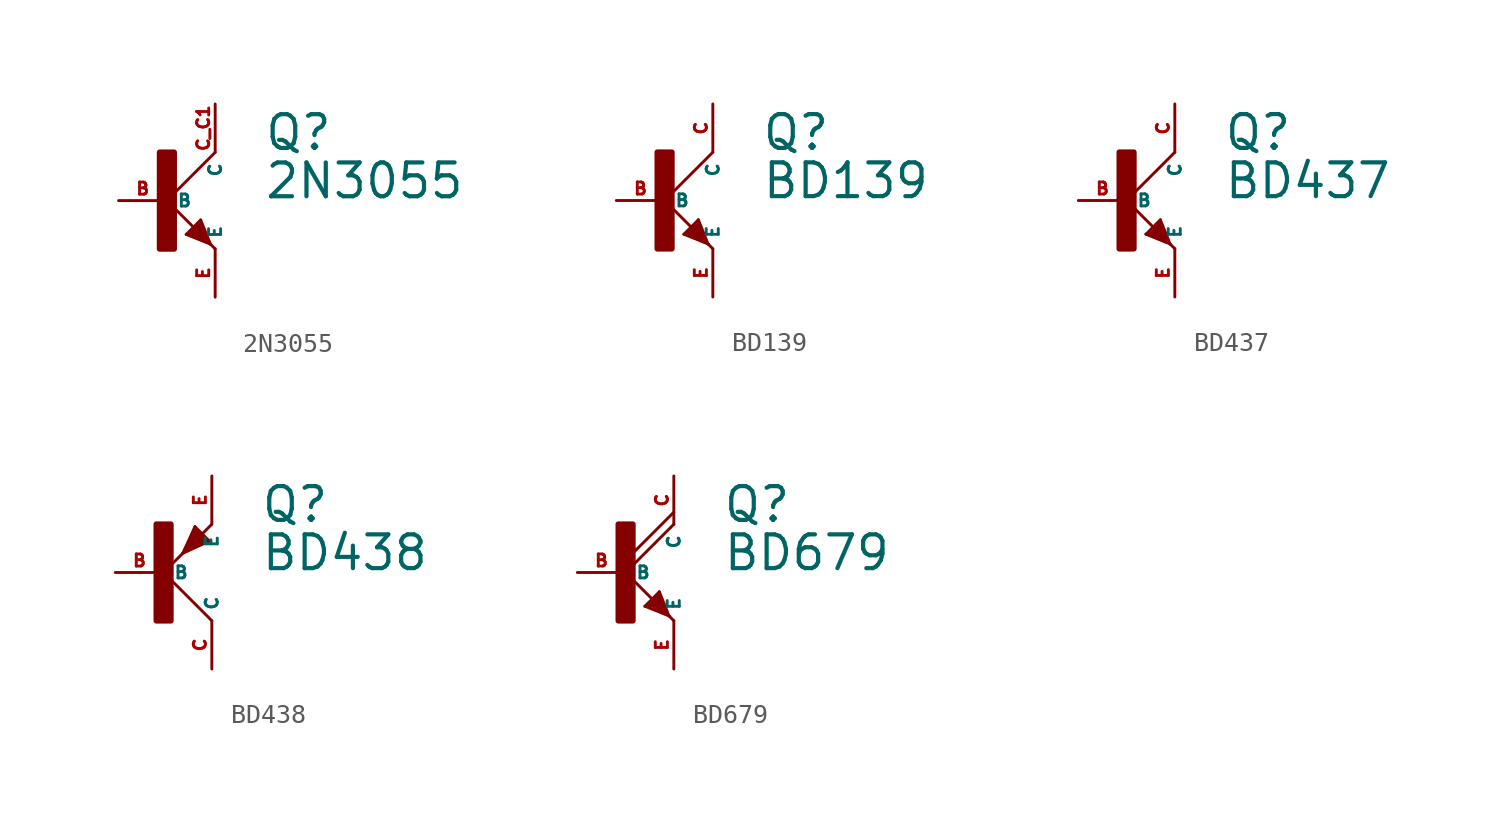
<source format=kicad_sym>
(kicad_symbol_lib
  (version 20220914)
  (generator Eagle2Kicad)
  (symbol "2N3055"
    (property "Reference" "Q"
      (at 5.08 2.54 0)
      (effects (font (size 1.778 1.778) (thickness 0.22)) (justify left bottom)))
    (property "Value" "2N3055"
      (at 5.08 0 0)
      (effects (font (size 1.778 1.778) (thickness 0.22)) (justify left bottom)))
    (polyline
      (pts (xy 2.54 2.54) (xy 0 0))
      (stroke (width 0.152) (type default))
      (fill (type none)))
    (polyline
      (pts (xy 0 0) (xy 1.651 -1.651))
      (stroke (width 0.152) (type default))
      (fill (type none)))
    (polyline
      (pts (xy 2.159 -2.159) (xy 2.286 -2.286))
      (stroke (width 0.152) (type default))
      (fill (type none)))
    (polyline
      (pts (xy 1.778 -1.016) (xy 2.286 -2.286))
      (stroke (width 0.152) (type default))
      (fill (type none)))
    (polyline
      (pts (xy 2.286 -2.286) (xy 2.54 -2.54))
      (stroke (width 0.152) (type default))
      (fill (type none)))
    (polyline
      (pts (xy 2.286 -2.286) (xy 1.016 -1.778))
      (stroke (width 0.152) (type default))
      (fill (type none)))
    (polyline
      (pts (xy 1.016 -1.778) (xy 1.778 -1.016))
      (stroke (width 0.152) (type default))
      (fill (type none)))
    (polyline
      (pts (xy 2.159 -2.159) (xy 1.778 -1.27))
      (stroke (width 0.254) (type default))
      (fill (type none)))
    (polyline
      (pts (xy 1.778 -1.27) (xy 1.27 -1.778))
      (stroke (width 0.254) (type default))
      (fill (type none)))
    (polyline
      (pts (xy 1.27 -1.778) (xy 2.159 -2.159))
      (stroke (width 0.254) (type default))
      (fill (type none)))
    (polyline
      (pts (xy 2.159 -2.159) (xy 1.651 -1.651))
      (stroke (width 0.254) (type default))
      (fill (type none)))
    (polyline
      (pts (xy 1.524 -1.778) (xy 1.778 -1.524))
      (stroke (width 0.254) (type default))
      (fill (type none)))
    (rectangle
      (start -0.381 -2.54)
      (end 0.381 2.54)
      (stroke (width 0.3) (type default))
      (fill (type outline)))
    (pin passive line
      (at -2.54 0 0)
      (length 2.54)
      (name "B" (effects (font (size 0.635 0.635) (thickness 0.08)) (justify left bottom)))
      (number "B" (effects (font (size 0.635 0.635) (thickness 0.08)) (justify left bottom))))
    (pin passive line
      (at 2.54 -5.08 90)
      (length 2.54)
      (name "E" (effects (font (size 0.635 0.635) (thickness 0.08)) (justify left bottom)))
      (number "E" (effects (font (size 0.635 0.635) (thickness 0.08)) (justify left bottom))))
    (pin passive line
      (at 2.54 5.08 270)
      (length 2.54)
      (name "C" (effects (font (size 0.635 0.635) (thickness 0.08)) (justify left bottom)))
      (number "C C1" (effects (font (size 0.635 0.635) (thickness 0.08)) (justify left bottom)))))
  (symbol "BD139"
    (property "Reference" "Q"
      (at 5.08 2.54 0)
      (effects (font (size 1.778 1.778) (thickness 0.22)) (justify left bottom)))
    (property "Value" "BD139"
      (at 5.08 0 0)
      (effects (font (size 1.778 1.778) (thickness 0.22)) (justify left bottom)))
    (polyline
      (pts (xy 2.54 2.54) (xy 0 0))
      (stroke (width 0.152) (type default))
      (fill (type none)))
    (polyline
      (pts (xy 0 0) (xy 1.651 -1.651))
      (stroke (width 0.152) (type default))
      (fill (type none)))
    (polyline
      (pts (xy 2.159 -2.159) (xy 2.286 -2.286))
      (stroke (width 0.152) (type default))
      (fill (type none)))
    (polyline
      (pts (xy 1.778 -1.016) (xy 2.286 -2.286))
      (stroke (width 0.152) (type default))
      (fill (type none)))
    (polyline
      (pts (xy 2.286 -2.286) (xy 2.54 -2.54))
      (stroke (width 0.152) (type default))
      (fill (type none)))
    (polyline
      (pts (xy 2.286 -2.286) (xy 1.016 -1.778))
      (stroke (width 0.152) (type default))
      (fill (type none)))
    (polyline
      (pts (xy 1.016 -1.778) (xy 1.778 -1.016))
      (stroke (width 0.152) (type default))
      (fill (type none)))
    (polyline
      (pts (xy 2.159 -2.159) (xy 1.778 -1.27))
      (stroke (width 0.254) (type default))
      (fill (type none)))
    (polyline
      (pts (xy 1.778 -1.27) (xy 1.27 -1.778))
      (stroke (width 0.254) (type default))
      (fill (type none)))
    (polyline
      (pts (xy 1.27 -1.778) (xy 2.159 -2.159))
      (stroke (width 0.254) (type default))
      (fill (type none)))
    (polyline
      (pts (xy 2.159 -2.159) (xy 1.651 -1.651))
      (stroke (width 0.254) (type default))
      (fill (type none)))
    (polyline
      (pts (xy 1.524 -1.778) (xy 1.778 -1.524))
      (stroke (width 0.254) (type default))
      (fill (type none)))
    (rectangle
      (start -0.381 -2.54)
      (end 0.381 2.54)
      (stroke (width 0.3) (type default))
      (fill (type outline)))
    (pin passive line
      (at -2.54 0 0)
      (length 2.54)
      (name "B" (effects (font (size 0.635 0.635) (thickness 0.08)) (justify left bottom)))
      (number "B" (effects (font (size 0.635 0.635) (thickness 0.08)) (justify left bottom))))
    (pin passive line
      (at 2.54 -5.08 90)
      (length 2.54)
      (name "E" (effects (font (size 0.635 0.635) (thickness 0.08)) (justify left bottom)))
      (number "E" (effects (font (size 0.635 0.635) (thickness 0.08)) (justify left bottom))))
    (pin passive line
      (at 2.54 5.08 270)
      (length 2.54)
      (name "C" (effects (font (size 0.635 0.635) (thickness 0.08)) (justify left bottom)))
      (number "C" (effects (font (size 0.635 0.635) (thickness 0.08)) (justify left bottom)))))
  (symbol "BD437"
    (property "Reference" "Q"
      (at 5.08 2.54 0)
      (effects (font (size 1.778 1.778) (thickness 0.22)) (justify left bottom)))
    (property "Value" "BD437"
      (at 5.08 0 0)
      (effects (font (size 1.778 1.778) (thickness 0.22)) (justify left bottom)))
    (polyline
      (pts (xy 2.54 2.54) (xy 0 0))
      (stroke (width 0.152) (type default))
      (fill (type none)))
    (polyline
      (pts (xy 0 0) (xy 1.651 -1.651))
      (stroke (width 0.152) (type default))
      (fill (type none)))
    (polyline
      (pts (xy 2.159 -2.159) (xy 2.286 -2.286))
      (stroke (width 0.152) (type default))
      (fill (type none)))
    (polyline
      (pts (xy 1.778 -1.016) (xy 2.286 -2.286))
      (stroke (width 0.152) (type default))
      (fill (type none)))
    (polyline
      (pts (xy 2.286 -2.286) (xy 2.54 -2.54))
      (stroke (width 0.152) (type default))
      (fill (type none)))
    (polyline
      (pts (xy 2.286 -2.286) (xy 1.016 -1.778))
      (stroke (width 0.152) (type default))
      (fill (type none)))
    (polyline
      (pts (xy 1.016 -1.778) (xy 1.778 -1.016))
      (stroke (width 0.152) (type default))
      (fill (type none)))
    (polyline
      (pts (xy 2.159 -2.159) (xy 1.778 -1.27))
      (stroke (width 0.254) (type default))
      (fill (type none)))
    (polyline
      (pts (xy 1.778 -1.27) (xy 1.27 -1.778))
      (stroke (width 0.254) (type default))
      (fill (type none)))
    (polyline
      (pts (xy 1.27 -1.778) (xy 2.159 -2.159))
      (stroke (width 0.254) (type default))
      (fill (type none)))
    (polyline
      (pts (xy 2.159 -2.159) (xy 1.651 -1.651))
      (stroke (width 0.254) (type default))
      (fill (type none)))
    (polyline
      (pts (xy 1.524 -1.778) (xy 1.778 -1.524))
      (stroke (width 0.254) (type default))
      (fill (type none)))
    (rectangle
      (start -0.381 -2.54)
      (end 0.381 2.54)
      (stroke (width 0.3) (type default))
      (fill (type outline)))
    (pin passive line
      (at -2.54 0 0)
      (length 2.54)
      (name "B" (effects (font (size 0.635 0.635) (thickness 0.08)) (justify left bottom)))
      (number "B" (effects (font (size 0.635 0.635) (thickness 0.08)) (justify left bottom))))
    (pin passive line
      (at 2.54 -5.08 90)
      (length 2.54)
      (name "E" (effects (font (size 0.635 0.635) (thickness 0.08)) (justify left bottom)))
      (number "E" (effects (font (size 0.635 0.635) (thickness 0.08)) (justify left bottom))))
    (pin passive line
      (at 2.54 5.08 270)
      (length 2.54)
      (name "C" (effects (font (size 0.635 0.635) (thickness 0.08)) (justify left bottom)))
      (number "C" (effects (font (size 0.635 0.635) (thickness 0.08)) (justify left bottom)))))
  (symbol "BD438"
    (property "Reference" "Q"
      (at 5.08 2.54 0)
      (effects (font (size 1.778 1.778) (thickness 0.22)) (justify left bottom)))
    (property "Value" "BD438"
      (at 5.08 0 0)
      (effects (font (size 1.778 1.778) (thickness 0.22)) (justify left bottom)))
    (polyline
      (pts (xy 2.54 -2.54) (xy 0 0))
      (stroke (width 0.152) (type default))
      (fill (type none)))
    (polyline
      (pts (xy 0 0) (xy 1.016 1.016))
      (stroke (width 0.152) (type default))
      (fill (type none)))
    (polyline
      (pts (xy 2.413 1.651) (xy 1.016 1.016))
      (stroke (width 0.152) (type default))
      (fill (type none)))
    (polyline
      (pts (xy 1.016 1.016) (xy 1.143 1.143))
      (stroke (width 0.152) (type default))
      (fill (type none)))
    (polyline
      (pts (xy 1.905 1.905) (xy 2.54 2.54))
      (stroke (width 0.152) (type default))
      (fill (type none)))
    (polyline
      (pts (xy 1.016 1.016) (xy 1.651 2.413))
      (stroke (width 0.152) (type default))
      (fill (type none)))
    (polyline
      (pts (xy 1.651 2.413) (xy 2.413 1.651))
      (stroke (width 0.152) (type default))
      (fill (type none)))
    (polyline
      (pts (xy 1.143 1.143) (xy 2.159 1.651))
      (stroke (width 0.254) (type default))
      (fill (type none)))
    (polyline
      (pts (xy 2.159 1.651) (xy 1.905 1.905))
      (stroke (width 0.254) (type default))
      (fill (type none)))
    (polyline
      (pts (xy 1.905 1.905) (xy 1.651 2.159))
      (stroke (width 0.254) (type default))
      (fill (type none)))
    (polyline
      (pts (xy 1.651 2.159) (xy 1.143 1.143))
      (stroke (width 0.254) (type default))
      (fill (type none)))
    (polyline
      (pts (xy 1.143 1.143) (xy 1.905 1.905))
      (stroke (width 0.254) (type default))
      (fill (type none)))
    (polyline
      (pts (xy 1.651 1.905) (xy 1.905 1.651))
      (stroke (width 0.254) (type default))
      (fill (type none)))
    (rectangle
      (start -0.381 -2.54)
      (end 0.381 2.54)
      (stroke (width 0.3) (type default))
      (fill (type outline)))
    (pin passive line
      (at -2.54 0 0)
      (length 2.54)
      (name "B" (effects (font (size 0.635 0.635) (thickness 0.08)) (justify left bottom)))
      (number "B" (effects (font (size 0.635 0.635) (thickness 0.08)) (justify left bottom))))
    (pin passive line
      (at 2.54 5.08 270)
      (length 2.54)
      (name "E" (effects (font (size 0.635 0.635) (thickness 0.08)) (justify left bottom)))
      (number "E" (effects (font (size 0.635 0.635) (thickness 0.08)) (justify left bottom))))
    (pin passive line
      (at 2.54 -5.08 90)
      (length 2.54)
      (name "C" (effects (font (size 0.635 0.635) (thickness 0.08)) (justify left bottom)))
      (number "C" (effects (font (size 0.635 0.635) (thickness 0.08)) (justify left bottom)))))
  (symbol "BD679"
    (property "Reference" "Q"
      (at 5.08 2.54 0)
      (effects (font (size 1.778 1.778) (thickness 0.22)) (justify left bottom)))
    (property "Value" "BD679"
      (at 5.08 0 0)
      (effects (font (size 1.778 1.778) (thickness 0.22)) (justify left bottom)))
    (polyline
      (pts (xy 2.54 2.54) (xy 0 0))
      (stroke (width 0.152) (type default))
      (fill (type none)))
    (polyline
      (pts (xy 0 0) (xy 2.032 -2.032))
      (stroke (width 0.152) (type default))
      (fill (type none)))
    (polyline
      (pts (xy 2.032 -2.032) (xy 2.286 -2.286))
      (stroke (width 0.152) (type default))
      (fill (type none)))
    (polyline
      (pts (xy 1.778 -1.016) (xy 2.286 -2.286))
      (stroke (width 0.152) (type default))
      (fill (type none)))
    (polyline
      (pts (xy 2.286 -2.286) (xy 2.54 -2.54))
      (stroke (width 0.152) (type default))
      (fill (type none)))
    (polyline
      (pts (xy 2.286 -2.286) (xy 1.016 -1.778))
      (stroke (width 0.152) (type default))
      (fill (type none)))
    (polyline
      (pts (xy 1.016 -1.778) (xy 1.778 -1.016))
      (stroke (width 0.152) (type default))
      (fill (type none)))
    (polyline
      (pts (xy 2.54 3.175) (xy 0 0.635))
      (stroke (width 0.152) (type default))
      (fill (type none)))
    (polyline
      (pts (xy 1.27 -1.778) (xy 1.778 -1.27))
      (stroke (width 0.254) (type default))
      (fill (type none)))
    (polyline
      (pts (xy 1.778 -1.27) (xy 2.032 -2.032))
      (stroke (width 0.254) (type default))
      (fill (type none)))
    (polyline
      (pts (xy 2.032 -2.032) (xy 1.524 -1.778))
      (stroke (width 0.254) (type default))
      (fill (type none)))
    (polyline
      (pts (xy 1.524 -1.778) (xy 1.778 -1.524))
      (stroke (width 0.254) (type default))
      (fill (type none)))
    (rectangle
      (start -0.381 -2.54)
      (end 0.381 2.54)
      (stroke (width 0.3) (type default))
      (fill (type outline)))
    (pin passive line
      (at -2.54 0 0)
      (length 2.54)
      (name "B" (effects (font (size 0.635 0.635) (thickness 0.08)) (justify left bottom)))
      (number "B" (effects (font (size 0.635 0.635) (thickness 0.08)) (justify left bottom))))
    (pin passive line
      (at 2.54 -5.08 90)
      (length 2.54)
      (name "E" (effects (font (size 0.635 0.635) (thickness 0.08)) (justify left bottom)))
      (number "E" (effects (font (size 0.635 0.635) (thickness 0.08)) (justify left bottom))))
    (pin passive line
      (at 2.54 5.08 270)
      (length 2.54)
      (name "C" (effects (font (size 0.635 0.635) (thickness 0.08)) (justify left bottom)))
      (number "C" (effects (font (size 0.635 0.635) (thickness 0.08)) (justify left bottom))))))
</source>
